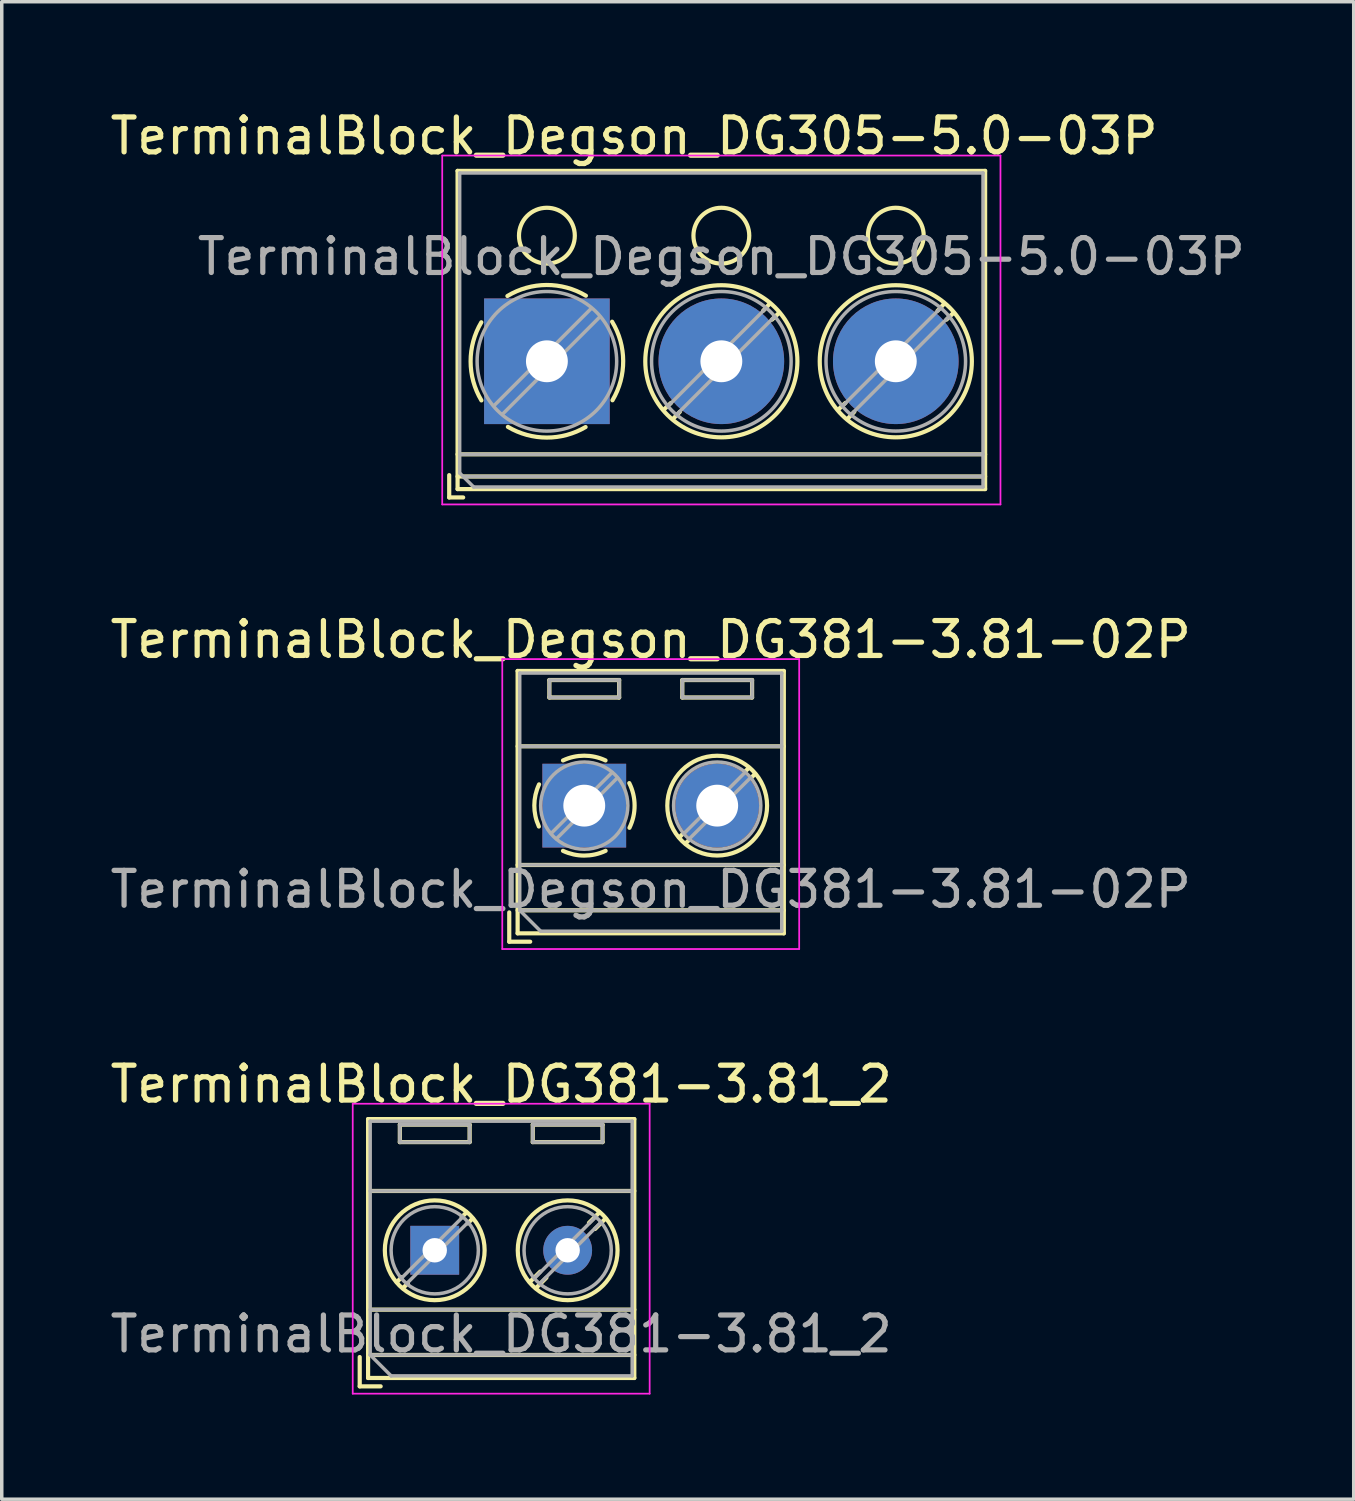
<source format=kicad_pcb>
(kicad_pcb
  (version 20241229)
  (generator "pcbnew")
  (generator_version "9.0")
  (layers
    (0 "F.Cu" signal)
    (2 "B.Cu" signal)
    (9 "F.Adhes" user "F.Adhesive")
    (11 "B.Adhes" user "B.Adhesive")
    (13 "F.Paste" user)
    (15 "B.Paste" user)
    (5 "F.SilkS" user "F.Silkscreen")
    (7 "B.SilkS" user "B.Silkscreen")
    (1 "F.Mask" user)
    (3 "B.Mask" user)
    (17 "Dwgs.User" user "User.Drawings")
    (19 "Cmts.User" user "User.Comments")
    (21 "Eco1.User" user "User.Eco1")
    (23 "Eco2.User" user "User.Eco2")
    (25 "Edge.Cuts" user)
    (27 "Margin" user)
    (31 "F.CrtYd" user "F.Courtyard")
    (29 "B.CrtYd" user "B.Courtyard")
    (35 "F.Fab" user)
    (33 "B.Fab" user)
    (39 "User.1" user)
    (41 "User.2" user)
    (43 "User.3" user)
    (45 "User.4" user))
  (footprint "TerminalBlock_Degson_DG305-5.0-03P"
    (layer "F.Cu")
    (at 12.625 7.305)
    (property "Reference" "TerminalBlock_Degson_DG305-5.0-03P" (at 2.5 -6.457 0) (layer "F.SilkS") (effects (font (size 1 1) (thickness 0.15))))
    (attr through_hole)
    (fp_line (start -2.8 3.263) (end -2.8 3.903) (stroke (width 0.12) (type solid)) (layer "F.SilkS"))
    (fp_line (start -2.8 3.903) (end -2.4 3.903) (stroke (width 0.12) (type solid)) (layer "F.SilkS"))
    (fp_line (start -2.56 -5.457) (end -2.56 3.663) (stroke (width 0.12) (type solid)) (layer "F.SilkS"))
    (fp_line (start -2.56 -5.457) (end 12.56 -5.457) (stroke (width 0.12) (type solid)) (layer "F.SilkS"))
    (fp_line (start -2.56 2.667) (end 12.56 2.667) (stroke (width 0.12) (type solid)) (layer "F.SilkS"))
    (fp_line (start -2.56 3.302) (end 12.56 3.302) (stroke (width 0.12) (type solid)) (layer "F.SilkS"))
    (fp_line (start -2.56 3.663) (end 12.56 3.663) (stroke (width 0.12) (type solid)) (layer "F.SilkS"))
    (fp_line (start 3.556 1.194) (end 3.347 1.388) (stroke (width 0.12) (type solid)) (layer "F.SilkS"))
    (fp_line (start 3.81 1.448) (end 3.613 1.654) (stroke (width 0.12) (type solid)) (layer "F.SilkS"))
    (fp_line (start 6.388 -1.65) (end 6.198 -1.448) (stroke (width 0.12) (type solid)) (layer "F.SilkS"))
    (fp_line (start 6.654 -1.388) (end 6.452 -1.194) (stroke (width 0.12) (type solid)) (layer "F.SilkS"))
    (fp_line (start 8.556 1.194) (end 8.347 1.388) (stroke (width 0.12) (type solid)) (layer "F.SilkS"))
    (fp_line (start 8.81 1.448) (end 8.613 1.654) (stroke (width 0.12) (type solid)) (layer "F.SilkS"))
    (fp_line (start 11.388 -1.65) (end 11.198 -1.448) (stroke (width 0.12) (type solid)) (layer "F.SilkS"))
    (fp_line (start 11.654 -1.388) (end 11.452 -1.194) (stroke (width 0.12) (type solid)) (layer "F.SilkS"))
    (fp_line (start 12.56 -5.457) (end 12.56 3.663) (stroke (width 0.12) (type solid)) (layer "F.SilkS"))
    (fp_arc (start -1.877077 1.121829) (mid -2.186758 0.002462) (end -1.879599 -1.117599) (stroke (width 0.12) (type solid)) (layer "F.SilkS"))
    (fp_arc (start -1.131642 -1.871178) (mid -0.008187 -2.186745) (end 1.117599 -1.879599) (stroke (width 0.12) (type solid)) (layer "F.SilkS"))
    (fp_arc (start 1.108698 1.884863) (mid -0.005171 2.186754) (end -1.117599 1.879599) (stroke (width 0.12) (type solid)) (layer "F.SilkS"))
    (fp_arc (start 1.8692 -1.134906) (mid 2.186737 -0.010095) (end 1.879599 1.117599) (stroke (width 0.12) (type solid)) (layer "F.SilkS"))
    (fp_circle (center 0 -3.6) (end 0.8 -3.6) (stroke (width 0.12) (type solid)) (fill no) (layer "F.SilkS"))
    (fp_circle (center 5 -3.6) (end 5.8 -3.6) (stroke (width 0.12) (type solid)) (fill no) (layer "F.SilkS"))
    (fp_circle (center 5 0) (end 7.18 0) (stroke (width 0.12) (type solid)) (fill no) (layer "F.SilkS"))
    (fp_circle (center 10 -3.6) (end 10.8 -3.6) (stroke (width 0.12) (type solid)) (fill no) (layer "F.SilkS"))
    (fp_circle (center 10 0) (end 12.18 0) (stroke (width 0.12) (type solid)) (fill no) (layer "F.SilkS"))
    (fp_line (start -3 -5.897) (end -3 4.103) (stroke (width 0.05) (type solid)) (layer "F.CrtYd"))
    (fp_line (start -3 4.103) (end 13 4.103) (stroke (width 0.05) (type solid)) (layer "F.CrtYd"))
    (fp_line (start 13 -5.897) (end -3 -5.897) (stroke (width 0.05) (type solid)) (layer "F.CrtYd"))
    (fp_line (start 13 4.103) (end 13 -5.897) (stroke (width 0.05) (type solid)) (layer "F.CrtYd"))
    (fp_line (start -2.5 -5.397) (end 12.5 -5.397) (stroke (width 0.1) (type solid)) (layer "F.Fab"))
    (fp_line (start -2.5 2.667) (end 12.5 2.667) (stroke (width 0.1) (type solid)) (layer "F.Fab"))
    (fp_line (start -2.5 3.203) (end -2.5 -5.397) (stroke (width 0.1) (type solid)) (layer "F.Fab"))
    (fp_line (start -2.4 3.302) (end 12.5 3.302) (stroke (width 0.1) (type solid)) (layer "F.Fab"))
    (fp_line (start -2.1 3.603) (end -2.5 3.203) (stroke (width 0.1) (type solid)) (layer "F.Fab"))
    (fp_line (start 1.273 -1.517) (end -1.517 1.273) (stroke (width 0.1) (type solid)) (layer "F.Fab"))
    (fp_line (start 1.517 -1.273) (end -1.273 1.517) (stroke (width 0.1) (type solid)) (layer "F.Fab"))
    (fp_line (start 6.273 -1.517) (end 3.484 1.273) (stroke (width 0.1) (type solid)) (layer "F.Fab"))
    (fp_line (start 6.517 -1.273) (end 3.728 1.517) (stroke (width 0.1) (type solid)) (layer "F.Fab"))
    (fp_line (start 11.273 -1.517) (end 8.484 1.273) (stroke (width 0.1) (type solid)) (layer "F.Fab"))
    (fp_line (start 11.517 -1.273) (end 8.728 1.517) (stroke (width 0.1) (type solid)) (layer "F.Fab"))
    (fp_line (start 12.5 -5.397) (end 12.5 3.603) (stroke (width 0.1) (type solid)) (layer "F.Fab"))
    (fp_line (start 12.5 3.603) (end -2.1 3.603) (stroke (width 0.1) (type solid)) (layer "F.Fab"))
    (fp_circle (center 0 0) (end 2 0) (stroke (width 0.1) (type solid)) (fill no) (layer "F.Fab"))
    (fp_circle (center 5 0) (end 7 0) (stroke (width 0.1) (type solid)) (fill no) (layer "F.Fab"))
    (fp_circle (center 10 0) (end 12 0) (stroke (width 0.1) (type solid)) (fill no) (layer "F.Fab"))
    (fp_text user "${REFERENCE}" (at 5 -3 0) (layer "F.Fab") (effects (font (size 1 1) (thickness 0.15))))
    (pad "1" thru_hole rect (at 0 0) (size 3.6 3.6) (drill 1.2) (layers "*.Cu" "*.Mask"))
    (pad "2" thru_hole circle (at 5 0) (size 3.6 3.6) (drill 1.2) (layers "*.Cu" "*.Mask"))
    (pad "3" thru_hole circle (at 10 0) (size 3.6 3.6) (drill 1.2) (layers "*.Cu" "*.Mask")))
  (footprint "TerminalBlock_DG381-3.81_2"
    (layer "F.Cu")
    (at 9.41 32.785)
    (property "Reference" "TerminalBlock_DG381-3.81_2" (at 1.905 -4.76 0) (layer "F.SilkS") (effects (font (size 1 1) (thickness 0.15))))
    (attr through_hole)
    (fp_line (start -2.15 3.06) (end -2.15 3.9) (stroke (width 0.12) (type solid)) (layer "F.SilkS"))
    (fp_line (start -2.15 3.9) (end -1.55 3.9) (stroke (width 0.12) (type solid)) (layer "F.SilkS"))
    (fp_line (start -1.91 -3.76) (end -1.91 3.66) (stroke (width 0.12) (type solid)) (layer "F.SilkS"))
    (fp_line (start -1.91 -3.76) (end 5.72 -3.76) (stroke (width 0.12) (type solid)) (layer "F.SilkS"))
    (fp_line (start -1.91 -1.7) (end 5.72 -1.7) (stroke (width 0.12) (type solid)) (layer "F.SilkS"))
    (fp_line (start -1.91 1.701) (end 5.72 1.701) (stroke (width 0.12) (type solid)) (layer "F.SilkS"))
    (fp_line (start -1.91 3) (end 5.72 3) (stroke (width 0.12) (type solid)) (layer "F.SilkS"))
    (fp_line (start -1.91 3.66) (end 5.72 3.66) (stroke (width 0.12) (type solid)) (layer "F.SilkS"))
    (fp_line (start -1 -3.6) (end -1 -3.1) (stroke (width 0.12) (type solid)) (layer "F.SilkS"))
    (fp_line (start -1 -3.6) (end 1 -3.6) (stroke (width 0.12) (type solid)) (layer "F.SilkS"))
    (fp_line (start -1 -3.1) (end 1 -3.1) (stroke (width 0.12) (type solid)) (layer "F.SilkS"))
    (fp_line (start -0.946 0.771) (end -1.085 0.91) (stroke (width 0.12) (type solid)) (layer "F.SilkS"))
    (fp_line (start -0.771 0.945) (end -0.911 1.085) (stroke (width 0.12) (type solid)) (layer "F.SilkS"))
    (fp_line (start 0.911 -1.085) (end 0.771 -0.945) (stroke (width 0.12) (type solid)) (layer "F.SilkS"))
    (fp_line (start 1 -3.6) (end 1 -3.1) (stroke (width 0.12) (type solid)) (layer "F.SilkS"))
    (fp_line (start 1.085 -0.91) (end 0.945 -0.771) (stroke (width 0.12) (type solid)) (layer "F.SilkS"))
    (fp_line (start 2.81 -3.6) (end 2.81 -3.1) (stroke (width 0.12) (type solid)) (layer "F.SilkS"))
    (fp_line (start 2.81 -3.6) (end 4.81 -3.6) (stroke (width 0.12) (type solid)) (layer "F.SilkS"))
    (fp_line (start 2.81 -3.1) (end 4.81 -3.1) (stroke (width 0.12) (type solid)) (layer "F.SilkS"))
    (fp_line (start 3.025 0.611) (end 2.726 0.91) (stroke (width 0.12) (type solid)) (layer "F.SilkS"))
    (fp_line (start 3.2 0.786) (end 2.9 1.085) (stroke (width 0.12) (type solid)) (layer "F.SilkS"))
    (fp_line (start 4.721 -1.085) (end 4.421 -0.786) (stroke (width 0.12) (type solid)) (layer "F.SilkS"))
    (fp_line (start 4.81 -3.6) (end 4.81 -3.1) (stroke (width 0.12) (type solid)) (layer "F.SilkS"))
    (fp_line (start 4.895 -0.91) (end 4.596 -0.611) (stroke (width 0.12) (type solid)) (layer "F.SilkS"))
    (fp_line (start 5.72 -3.76) (end 5.72 3.66) (stroke (width 0.12) (type solid)) (layer "F.SilkS"))
    (fp_circle (center 0 0) (end 1.43 0) (stroke (width 0.12) (type solid)) (fill no) (layer "F.SilkS"))
    (fp_circle (center 3.81 0) (end 5.24 0) (stroke (width 0.12) (type solid)) (fill no) (layer "F.SilkS"))
    (fp_line (start -2.35 -4.2) (end -2.35 4.11) (stroke (width 0.05) (type solid)) (layer "F.CrtYd"))
    (fp_line (start -2.35 4.11) (end 6.16 4.11) (stroke (width 0.05) (type solid)) (layer "F.CrtYd"))
    (fp_line (start 6.16 -4.2) (end -2.35 -4.2) (stroke (width 0.05) (type solid)) (layer "F.CrtYd"))
    (fp_line (start 6.16 4.11) (end 6.16 -4.2) (stroke (width 0.05) (type solid)) (layer "F.CrtYd"))
    (fp_line (start -1.85 -3.7) (end 5.66 -3.7) (stroke (width 0.1) (type solid)) (layer "F.Fab"))
    (fp_line (start -1.85 -1.7) (end 5.66 -1.7) (stroke (width 0.1) (type solid)) (layer "F.Fab"))
    (fp_line (start -1.85 1.7) (end 5.66 1.7) (stroke (width 0.1) (type solid)) (layer "F.Fab"))
    (fp_line (start -1.85 3) (end -1.85 -3.7) (stroke (width 0.1) (type solid)) (layer "F.Fab"))
    (fp_line (start -1.85 3) (end 5.66 3) (stroke (width 0.1) (type solid)) (layer "F.Fab"))
    (fp_line (start -1.25 3.6) (end -1.85 3) (stroke (width 0.1) (type solid)) (layer "F.Fab"))
    (fp_line (start -1 -3.6) (end -1 -3.1) (stroke (width 0.1) (type solid)) (layer "F.Fab"))
    (fp_line (start -1 -3.1) (end 1 -3.1) (stroke (width 0.1) (type solid)) (layer "F.Fab"))
    (fp_line (start 0.796 -0.948) (end -0.949 0.796) (stroke (width 0.1) (type solid)) (layer "F.Fab"))
    (fp_line (start 0.949 -0.796) (end -0.796 0.948) (stroke (width 0.1) (type solid)) (layer "F.Fab"))
    (fp_line (start 1 -3.6) (end -1 -3.6) (stroke (width 0.1) (type solid)) (layer "F.Fab"))
    (fp_line (start 1 -3.1) (end 1 -3.6) (stroke (width 0.1) (type solid)) (layer "F.Fab"))
    (fp_line (start 2.81 -3.6) (end 2.81 -3.1) (stroke (width 0.1) (type solid)) (layer "F.Fab"))
    (fp_line (start 2.81 -3.1) (end 4.81 -3.1) (stroke (width 0.1) (type solid)) (layer "F.Fab"))
    (fp_line (start 4.606 -0.948) (end 2.862 0.796) (stroke (width 0.1) (type solid)) (layer "F.Fab"))
    (fp_line (start 4.759 -0.796) (end 3.015 0.948) (stroke (width 0.1) (type solid)) (layer "F.Fab"))
    (fp_line (start 4.81 -3.6) (end 2.81 -3.6) (stroke (width 0.1) (type solid)) (layer "F.Fab"))
    (fp_line (start 4.81 -3.1) (end 4.81 -3.6) (stroke (width 0.1) (type solid)) (layer "F.Fab"))
    (fp_line (start 5.66 -3.7) (end 5.66 3.6) (stroke (width 0.1) (type solid)) (layer "F.Fab"))
    (fp_line (start 5.66 3.6) (end -1.25 3.6) (stroke (width 0.1) (type solid)) (layer "F.Fab"))
    (fp_circle (center 0 0) (end 1.25 0) (stroke (width 0.1) (type solid)) (fill no) (layer "F.Fab"))
    (fp_circle (center 3.81 0) (end 5.06 0) (stroke (width 0.1) (type solid)) (fill no) (layer "F.Fab"))
    (fp_text user "${REFERENCE}" (at 1.905 2.4 0) (layer "F.Fab") (effects (font (size 1 1) (thickness 0.15))))
    (pad "1" thru_hole rect (at 0 0) (size 1.4 1.4) (drill 0.7) (layers "*.Cu" "*.Mask"))
    (pad "2" thru_hole circle (at 3.81 0) (size 1.4 1.4) (drill 0.7) (layers "*.Cu" "*.Mask")))
  (footprint "TerminalBlock_Degson_DG381-3.81-02P"
    (layer "F.Cu")
    (at 13.696 20.041)
    (property "Reference" "TerminalBlock_Degson_DG381-3.81-02P" (at 1.905 -4.76 0) (layer "F.SilkS") (effects (font (size 1 1) (thickness 0.15))))
    (attr through_hole)
    (fp_line (start -2.15 3.06) (end -2.15 3.9) (stroke (width 0.12) (type solid)) (layer "F.SilkS"))
    (fp_line (start -2.15 3.9) (end -1.55 3.9) (stroke (width 0.12) (type solid)) (layer "F.SilkS"))
    (fp_line (start -1.91 -3.86) (end -1.91 3.66) (stroke (width 0.12) (type solid)) (layer "F.SilkS"))
    (fp_line (start -1.91 -3.86) (end 5.72 -3.86) (stroke (width 0.12) (type solid)) (layer "F.SilkS"))
    (fp_line (start -1.91 -1.7) (end 5.72 -1.7) (stroke (width 0.12) (type solid)) (layer "F.SilkS"))
    (fp_line (start -1.91 1.701) (end 5.72 1.701) (stroke (width 0.12) (type solid)) (layer "F.SilkS"))
    (fp_line (start -1.91 3) (end 5.72 3) (stroke (width 0.12) (type solid)) (layer "F.SilkS"))
    (fp_line (start -1.91 3.66) (end 5.72 3.66) (stroke (width 0.12) (type solid)) (layer "F.SilkS"))
    (fp_line (start -1 -3.6) (end -1 -3.1) (stroke (width 0.12) (type solid)) (layer "F.SilkS"))
    (fp_line (start -1 -3.6) (end 1 -3.6) (stroke (width 0.12) (type solid)) (layer "F.SilkS"))
    (fp_line (start -1 -3.1) (end 1 -3.1) (stroke (width 0.12) (type solid)) (layer "F.SilkS"))
    (fp_line (start 1 -3.6) (end 1 -3.1) (stroke (width 0.12) (type solid)) (layer "F.SilkS"))
    (fp_line (start 2.81 -3.6) (end 2.81 -3.1) (stroke (width 0.12) (type solid)) (layer "F.SilkS"))
    (fp_line (start 2.81 -3.6) (end 4.81 -3.6) (stroke (width 0.12) (type solid)) (layer "F.SilkS"))
    (fp_line (start 2.81 -3.1) (end 4.81 -3.1) (stroke (width 0.12) (type solid)) (layer "F.SilkS"))
    (fp_line (start 2.819 0.813) (end 2.726 0.91) (stroke (width 0.12) (type solid)) (layer "F.SilkS"))
    (fp_line (start 2.997 0.991) (end 2.9 1.085) (stroke (width 0.12) (type solid)) (layer "F.SilkS"))
    (fp_line (start 4.721 -1.085) (end 4.623 -0.991) (stroke (width 0.12) (type solid)) (layer "F.SilkS"))
    (fp_line (start 4.81 -3.6) (end 4.81 -3.1) (stroke (width 0.12) (type solid)) (layer "F.SilkS"))
    (fp_line (start 4.895 -0.91) (end 4.801 -0.813) (stroke (width 0.12) (type solid)) (layer "F.SilkS"))
    (fp_line (start 5.72 -3.86) (end 5.72 3.66) (stroke (width 0.12) (type solid)) (layer "F.SilkS"))
    (fp_arc (start -1.300692 0.598221) (mid -1.431652 -0.006274) (end -1.295399 -0.609599) (stroke (width 0.12) (type solid)) (layer "F.SilkS"))
    (fp_arc (start -0.609549 -1.295423) (mid 0.000028 -1.431667) (end 0.609599 -1.295399) (stroke (width 0.12) (type solid)) (layer "F.SilkS"))
    (fp_arc (start 0.611809 1.294357) (mid 0.001222 1.431666) (end -0.609599 1.295399) (stroke (width 0.12) (type solid)) (layer "F.SilkS"))
    (fp_arc (start 1.290122 -0.645654) (mid 1.442653 -0.005945) (end 1.295399 0.634999) (stroke (width 0.12) (type solid)) (layer "F.SilkS"))
    (fp_circle (center 3.81 0) (end 5.24 0) (stroke (width 0.12) (type solid)) (fill no) (layer "F.SilkS"))
    (fp_line (start -2.35 -4.2) (end -2.35 4.11) (stroke (width 0.05) (type solid)) (layer "F.CrtYd"))
    (fp_line (start -2.35 4.11) (end 6.16 4.11) (stroke (width 0.05) (type solid)) (layer "F.CrtYd"))
    (fp_line (start 6.16 -4.2) (end -2.35 -4.2) (stroke (width 0.05) (type solid)) (layer "F.CrtYd"))
    (fp_line (start 6.16 4.11) (end 6.16 -4.2) (stroke (width 0.05) (type solid)) (layer "F.CrtYd"))
    (fp_line (start -1.85 -3.8) (end 5.66 -3.8) (stroke (width 0.1) (type solid)) (layer "F.Fab"))
    (fp_line (start -1.85 -1.7) (end 5.66 -1.7) (stroke (width 0.1) (type solid)) (layer "F.Fab"))
    (fp_line (start -1.85 1.7) (end 5.66 1.7) (stroke (width 0.1) (type solid)) (layer "F.Fab"))
    (fp_line (start -1.85 3) (end -1.85 -3.8) (stroke (width 0.1) (type solid)) (layer "F.Fab"))
    (fp_line (start -1.85 3) (end 5.66 3) (stroke (width 0.1) (type solid)) (layer "F.Fab"))
    (fp_line (start -1.25 3.6) (end -1.85 3) (stroke (width 0.1) (type solid)) (layer "F.Fab"))
    (fp_line (start -1 -3.6) (end -1 -3.1) (stroke (width 0.1) (type solid)) (layer "F.Fab"))
    (fp_line (start -1 -3.1) (end 1 -3.1) (stroke (width 0.1) (type solid)) (layer "F.Fab"))
    (fp_line (start 0.796 -0.948) (end -0.949 0.796) (stroke (width 0.1) (type solid)) (layer "F.Fab"))
    (fp_line (start 0.949 -0.796) (end -0.796 0.948) (stroke (width 0.1) (type solid)) (layer "F.Fab"))
    (fp_line (start 1 -3.6) (end -1 -3.6) (stroke (width 0.1) (type solid)) (layer "F.Fab"))
    (fp_line (start 1 -3.1) (end 1 -3.6) (stroke (width 0.1) (type solid)) (layer "F.Fab"))
    (fp_line (start 2.81 -3.6) (end 2.81 -3.1) (stroke (width 0.1) (type solid)) (layer "F.Fab"))
    (fp_line (start 2.81 -3.1) (end 4.81 -3.1) (stroke (width 0.1) (type solid)) (layer "F.Fab"))
    (fp_line (start 4.606 -0.948) (end 2.862 0.796) (stroke (width 0.1) (type solid)) (layer "F.Fab"))
    (fp_line (start 4.759 -0.796) (end 3.015 0.948) (stroke (width 0.1) (type solid)) (layer "F.Fab"))
    (fp_line (start 4.81 -3.6) (end 2.81 -3.6) (stroke (width 0.1) (type solid)) (layer "F.Fab"))
    (fp_line (start 4.81 -3.1) (end 4.81 -3.6) (stroke (width 0.1) (type solid)) (layer "F.Fab"))
    (fp_line (start 5.66 -3.8) (end 5.66 3.6) (stroke (width 0.1) (type solid)) (layer "F.Fab"))
    (fp_line (start 5.66 3.6) (end -1.25 3.6) (stroke (width 0.1) (type solid)) (layer "F.Fab"))
    (fp_circle (center 0 0) (end 1.25 0) (stroke (width 0.1) (type solid)) (fill no) (layer "F.Fab"))
    (fp_circle (center 3.81 0) (end 5.06 0) (stroke (width 0.1) (type solid)) (fill no) (layer "F.Fab"))
    (fp_text user "${REFERENCE}" (at 1.905 2.4 0) (layer "F.Fab") (effects (font (size 1 1) (thickness 0.15))))
    (pad "1" thru_hole rect (at 0 0) (size 2.4 2.4) (drill 1.2) (layers "*.Cu" "*.Mask"))
    (pad "2" thru_hole circle (at 3.81 0) (size 2.4 2.4) (drill 1.2) (layers "*.Cu" "*.Mask")))
  (gr_rect
    (start -3 -3)
    (end 35.75 39.92)
    (stroke (width 0.1) (type default))
    (fill no)
    (layer "Edge.Cuts")))
</source>
